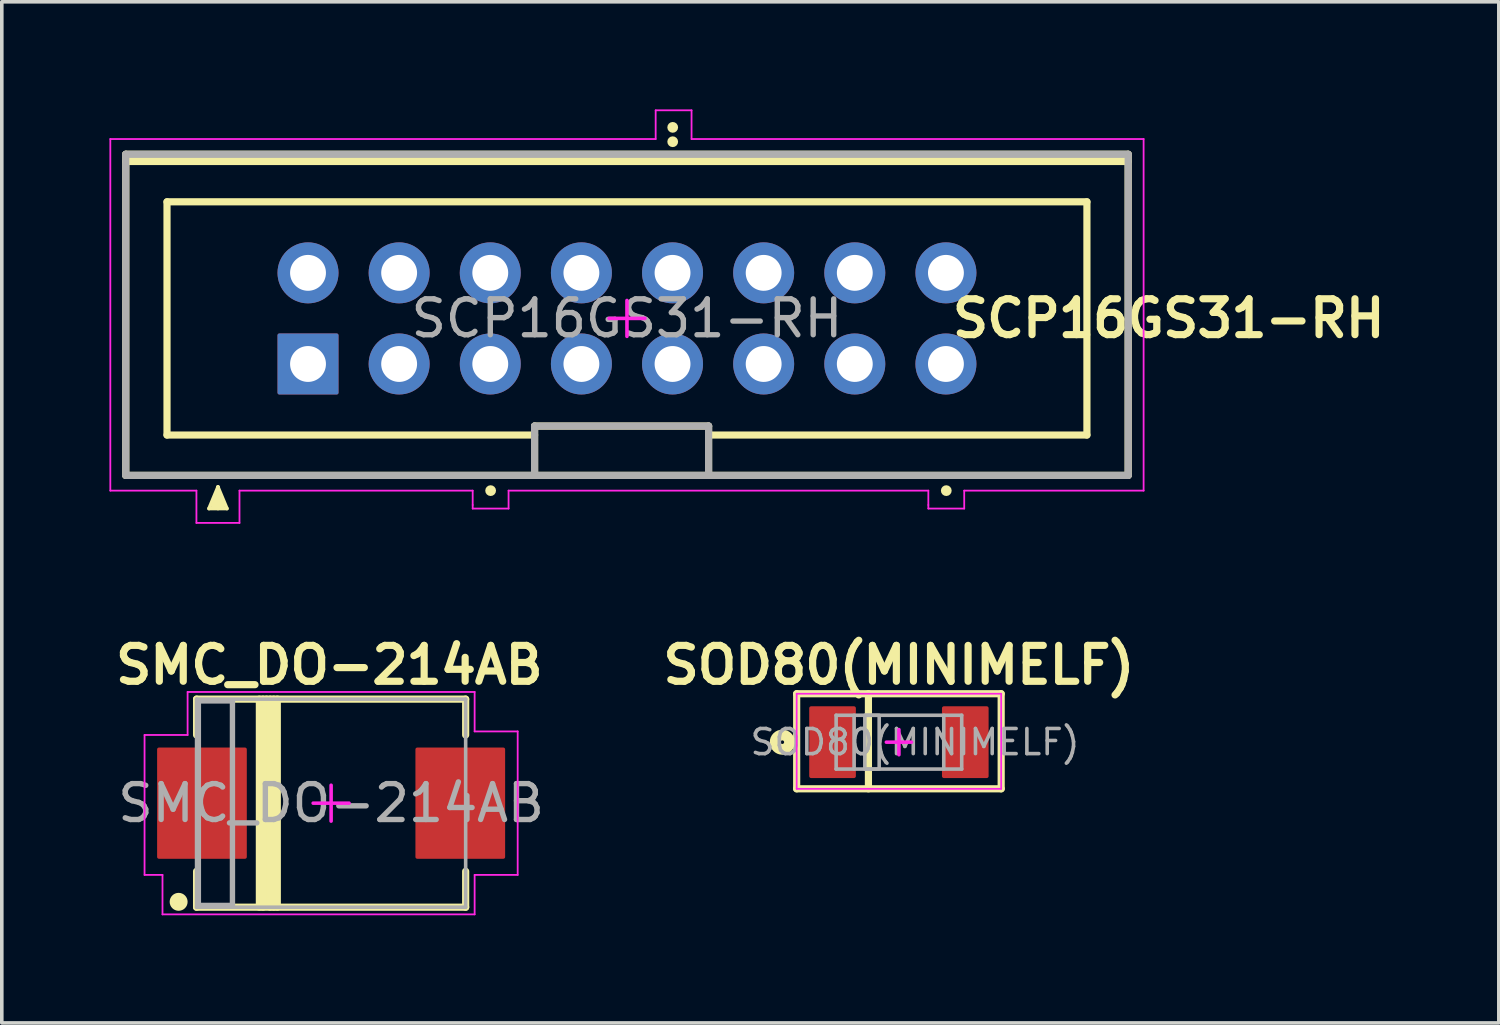
<source format=kicad_pcb>
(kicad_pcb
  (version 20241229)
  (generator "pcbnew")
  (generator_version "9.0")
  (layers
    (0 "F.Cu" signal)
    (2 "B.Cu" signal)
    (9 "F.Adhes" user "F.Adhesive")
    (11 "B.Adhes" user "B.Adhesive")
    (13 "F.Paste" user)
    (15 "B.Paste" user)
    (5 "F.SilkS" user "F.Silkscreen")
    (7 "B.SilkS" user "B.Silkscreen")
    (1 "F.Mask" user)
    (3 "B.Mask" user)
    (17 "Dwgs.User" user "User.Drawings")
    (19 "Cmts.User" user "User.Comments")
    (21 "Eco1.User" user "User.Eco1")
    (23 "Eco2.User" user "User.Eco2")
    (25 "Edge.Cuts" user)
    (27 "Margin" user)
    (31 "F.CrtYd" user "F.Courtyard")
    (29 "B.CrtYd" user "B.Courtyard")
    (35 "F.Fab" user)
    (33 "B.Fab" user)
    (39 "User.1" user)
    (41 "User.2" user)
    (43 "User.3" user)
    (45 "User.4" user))
  (footprint "SMC_DO-214AB"
    (layer "F.Cu")
    (at 6.179 19.336)
    (property "Reference" "SMC_DO-214AB" (at -0.05 -3.85 0) (layer "F.SilkS") (effects (font (size 1 1) (thickness 0.2))))
    (attr through_hole)
    (fp_line (start -3.75 -2.9) (end 3.75 -2.9) (stroke (width 0.2) (type solid)) (layer "F.SilkS"))
    (fp_line (start -3.75 -1.9) (end -3.75 -2.9) (stroke (width 0.2) (type solid)) (layer "F.SilkS"))
    (fp_line (start -3.75 2.9) (end -3.75 1.9) (stroke (width 0.2) (type solid)) (layer "F.SilkS"))
    (fp_line (start -2 -2.9) (end -2 2.9) (stroke (width 0.2) (type solid)) (layer "F.SilkS"))
    (fp_line (start -1.9 2.9) (end -1.9 -2.9) (stroke (width 0.2) (type solid)) (layer "F.SilkS"))
    (fp_line (start -1.8 -2.9) (end -1.8 2.85) (stroke (width 0.2) (type solid)) (layer "F.SilkS"))
    (fp_line (start -1.7 2.9) (end -1.7 -2.9) (stroke (width 0.2) (type solid)) (layer "F.SilkS"))
    (fp_line (start -1.6 2.9) (end -1.6 -2.9) (stroke (width 0.2) (type solid)) (layer "F.SilkS"))
    (fp_line (start -1.5 -2.9) (end -1.5 2.9) (stroke (width 0.2) (type solid)) (layer "F.SilkS"))
    (fp_line (start 3.75 -2.9) (end 3.75 -1.9) (stroke (width 0.2) (type solid)) (layer "F.SilkS"))
    (fp_line (start 3.75 2.9) (end -3.75 2.9) (stroke (width 0.2) (type solid)) (layer "F.SilkS"))
    (fp_line (start 3.75 2.9) (end 3.75 1.9) (stroke (width 0.2) (type solid)) (layer "F.SilkS"))
    (fp_circle (center -4.25 2.75) (end -4.35 2.75) (stroke (width 0.2) (type solid)) (fill no) (layer "F.SilkS"))
    (fp_circle (center -4.25 2.75) (end -4.1 2.75) (stroke (width 0.2) (type solid)) (fill no) (layer "F.SilkS"))
    (fp_line (start -5.2 -1.9) (end -5.2 2) (stroke (width 0.05) (type solid)) (layer "F.CrtYd"))
    (fp_line (start -5.2 2) (end -4.7 2) (stroke (width 0.05) (type solid)) (layer "F.CrtYd"))
    (fp_line (start -4.7 2) (end -4.7 3.1) (stroke (width 0.05) (type solid)) (layer "F.CrtYd"))
    (fp_line (start -4.7 3.1) (end 4 3.1) (stroke (width 0.05) (type solid)) (layer "F.CrtYd"))
    (fp_line (start -4 -3.1) (end -4 -1.9) (stroke (width 0.05) (type solid)) (layer "F.CrtYd"))
    (fp_line (start -4 -1.9) (end -5.2 -1.9) (stroke (width 0.05) (type solid)) (layer "F.CrtYd"))
    (fp_line (start -0.5 0) (end 0.5 0) (stroke (width 0.1) (type solid)) (layer "F.CrtYd"))
    (fp_line (start 0 -0.5) (end 0 0.5) (stroke (width 0.1) (type solid)) (layer "F.CrtYd"))
    (fp_line (start 4 -3.1) (end -4 -3.1) (stroke (width 0.05) (type solid)) (layer "F.CrtYd"))
    (fp_line (start 4 -2) (end 4 -3.1) (stroke (width 0.05) (type solid)) (layer "F.CrtYd"))
    (fp_line (start 4 2) (end 5.2 2) (stroke (width 0.05) (type solid)) (layer "F.CrtYd"))
    (fp_line (start 4 3.1) (end 4 2) (stroke (width 0.05) (type solid)) (layer "F.CrtYd"))
    (fp_line (start 5.2 -2) (end 4 -2) (stroke (width 0.05) (type solid)) (layer "F.CrtYd"))
    (fp_line (start 5.2 2) (end 5.2 -2) (stroke (width 0.05) (type solid)) (layer "F.CrtYd"))
    (fp_line (start -3.75 -2.9) (end -3.75 2.9) (stroke (width 0.05) (type solid)) (layer "F.Fab"))
    (fp_line (start -3.75 2.9) (end -3.75 -2.9) (stroke (width 0.1) (type solid)) (layer "F.Fab"))
    (fp_line (start -2.75 -2.9) (end -2.75 2.9) (stroke (width 0.05) (type solid)) (layer "F.Fab"))
    (fp_line (start 3.75 -2.9) (end -3.75 -2.9) (stroke (width 0.1) (type solid)) (layer "F.Fab"))
    (fp_line (start 3.75 2.9) (end -3.75 2.9) (stroke (width 0.1) (type solid)) (layer "F.Fab"))
    (fp_line (start 3.75 2.9) (end 3.75 -2.9) (stroke (width 0.1) (type solid)) (layer "F.Fab"))
    (fp_poly (pts (xy -3.7 -2.85) (xy -2.75 -2.85) (xy -2.75 2.85) (xy -3.7 2.85)) (stroke (width 0.15) (type solid)) (fill no) (layer "F.Fab"))
    (fp_text user "${REFERENCE}" (at 0 0 0) (layer "F.Fab") (effects (font (size 1 1) (thickness 0.15))))
    (pad "A" smd roundrect (at 3.6 0) (size 2.5 3.1) (layers "F.Cu" "F.Mask" "F.Paste") (roundrect_rratio 0.02))
    (pad "K" smd roundrect (at -3.6 0) (size 2.5 3.1) (layers "F.Cu" "F.Mask" "F.Paste") (roundrect_rratio 0.02)))
  (footprint "SCP16GS31-RH"
    (layer "F.Cu")
    (at 14.425 5.825)
    (property "Reference" "SCP16GS31-RH" (at 15.1 0 0) (layer "F.SilkS") (effects (font (size 1 1) (thickness 0.2))))
    (attr through_hole)
    (fp_line (start -13.97 -4.575) (end -13.97 4.375) (stroke (width 0.2) (type solid)) (layer "F.SilkS"))
    (fp_line (start -12.82 -3.25) (end -12.82 3.25) (stroke (width 0.2) (type solid)) (layer "F.SilkS"))
    (fp_line (start -12.82 -3.25) (end 12.82 -3.25) (stroke (width 0.2) (type solid)) (layer "F.SilkS"))
    (fp_line (start -11.65 5.3) (end -11.15 5.3) (stroke (width 0.1) (type solid)) (layer "F.SilkS"))
    (fp_line (start -11.5 5.2) (end -11.4 5) (stroke (width 0.2) (type solid)) (layer "F.SilkS"))
    (fp_line (start -11.4 4.7) (end -11.65 5.3) (stroke (width 0.1) (type solid)) (layer "F.SilkS"))
    (fp_line (start -11.4 4.7) (end -11.4 5) (stroke (width 0.1) (type solid)) (layer "F.SilkS"))
    (fp_line (start -11.4 4.7) (end -11.15 5.3) (stroke (width 0.1) (type solid)) (layer "F.SilkS"))
    (fp_line (start -11.4 5) (end -11.3 5.2) (stroke (width 0.2) (type solid)) (layer "F.SilkS"))
    (fp_line (start -11.4 5.3) (end -11.4 4.7) (stroke (width 0.1) (type solid)) (layer "F.SilkS"))
    (fp_line (start -2.575 3) (end -2.575 4.375) (stroke (width 0.2) (type solid)) (layer "F.SilkS"))
    (fp_line (start -2.575 3.25) (end -12.82 3.25) (stroke (width 0.2) (type solid)) (layer "F.SilkS"))
    (fp_line (start 2.275 3) (end -2.575 3) (stroke (width 0.2) (type solid)) (layer "F.SilkS"))
    (fp_line (start 2.275 3) (end 2.275 4.375) (stroke (width 0.2) (type solid)) (layer "F.SilkS"))
    (fp_line (start 12.82 -3.25) (end 12.82 3.25) (stroke (width 0.2) (type solid)) (layer "F.SilkS"))
    (fp_line (start 12.82 3.25) (end 2.275 3.25) (stroke (width 0.2) (type solid)) (layer "F.SilkS"))
    (fp_line (start 13.97 -4.575) (end -13.97 -4.575) (stroke (width 0.2) (type solid)) (layer "F.SilkS"))
    (fp_line (start 13.97 -4.375) (end -13.97 -4.375) (stroke (width 0.2) (type solid)) (layer "F.SilkS"))
    (fp_line (start 13.97 4.375) (end -13.97 4.375) (stroke (width 0.2) (type solid)) (layer "F.SilkS"))
    (fp_line (start 13.97 4.375) (end 13.97 -4.575) (stroke (width 0.2) (type solid)) (layer "F.SilkS"))
    (fp_circle (center -3.8 4.8) (end -3.725 4.8) (stroke (width 0.15) (type solid)) (fill no) (layer "F.SilkS"))
    (fp_circle (center 1.275 -5.325) (end 1.35 -5.325) (stroke (width 0.15) (type solid)) (fill no) (layer "F.SilkS"))
    (fp_circle (center 1.275 -4.925) (end 1.35 -4.925) (stroke (width 0.15) (type solid)) (fill no) (layer "F.SilkS"))
    (fp_circle (center 8.9 4.8) (end 8.975 4.8) (stroke (width 0.15) (type solid)) (fill no) (layer "F.SilkS"))
    (fp_line (start -14.4 4.8) (end -14.4 -5) (stroke (width 0.05) (type solid)) (layer "F.CrtYd"))
    (fp_line (start -14.4 4.8) (end -12 4.8) (stroke (width 0.05) (type solid)) (layer "F.CrtYd"))
    (fp_line (start -12 4.8) (end -12 5.7) (stroke (width 0.05) (type solid)) (layer "F.CrtYd"))
    (fp_line (start -12 5.7) (end -10.8 5.7) (stroke (width 0.05) (type solid)) (layer "F.CrtYd"))
    (fp_line (start -10.8 4.8) (end -4.3 4.8) (stroke (width 0.05) (type solid)) (layer "F.CrtYd"))
    (fp_line (start -10.8 5.7) (end -10.8 4.8) (stroke (width 0.05) (type solid)) (layer "F.CrtYd"))
    (fp_line (start -4.3 4.8) (end -4.3 5.2) (stroke (width 0.05) (type solid)) (layer "F.CrtYd"))
    (fp_line (start -4.3 5.2) (end -4.3 5.3) (stroke (width 0.05) (type solid)) (layer "F.CrtYd"))
    (fp_line (start -4.3 5.3) (end -3.3 5.3) (stroke (width 0.05) (type solid)) (layer "F.CrtYd"))
    (fp_line (start -3.3 4.8) (end 8.4 4.8) (stroke (width 0.05) (type solid)) (layer "F.CrtYd"))
    (fp_line (start -3.3 5.3) (end -3.3 4.8) (stroke (width 0.05) (type solid)) (layer "F.CrtYd"))
    (fp_line (start -0.5 0) (end 0.5 0) (stroke (width 0.1) (type solid)) (layer "F.CrtYd"))
    (fp_line (start 0 -0.5) (end 0 0.5) (stroke (width 0.1) (type solid)) (layer "F.CrtYd"))
    (fp_line (start 0.8 -5.8) (end 0.8 -5) (stroke (width 0.05) (type solid)) (layer "F.CrtYd"))
    (fp_line (start 0.8 -5) (end -14.4 -5) (stroke (width 0.05) (type solid)) (layer "F.CrtYd"))
    (fp_line (start 1.8 -5.8) (end 0.8 -5.8) (stroke (width 0.05) (type solid)) (layer "F.CrtYd"))
    (fp_line (start 1.8 -5) (end 1.8 -5.8) (stroke (width 0.05) (type solid)) (layer "F.CrtYd"))
    (fp_line (start 8.4 4.8) (end 8.4 5.2) (stroke (width 0.05) (type solid)) (layer "F.CrtYd"))
    (fp_line (start 8.4 5.2) (end 8.4 5.3) (stroke (width 0.05) (type solid)) (layer "F.CrtYd"))
    (fp_line (start 8.4 5.3) (end 9.4 5.3) (stroke (width 0.05) (type solid)) (layer "F.CrtYd"))
    (fp_line (start 9.4 4.8) (end 14.4 4.8) (stroke (width 0.05) (type solid)) (layer "F.CrtYd"))
    (fp_line (start 9.4 5.3) (end 9.4 4.8) (stroke (width 0.05) (type solid)) (layer "F.CrtYd"))
    (fp_line (start 14.4 -5) (end 1.8 -5) (stroke (width 0.05) (type solid)) (layer "F.CrtYd"))
    (fp_line (start 14.4 4.8) (end 14.4 -5) (stroke (width 0.05) (type solid)) (layer "F.CrtYd"))
    (fp_line (start -13.97 -4.575) (end -13.97 4.375) (stroke (width 0.2) (type solid)) (layer "F.Fab"))
    (fp_line (start -2.575 3) (end -2.575 4.375) (stroke (width 0.2) (type solid)) (layer "F.Fab"))
    (fp_line (start 2.275 3) (end -2.575 3) (stroke (width 0.2) (type solid)) (layer "F.Fab"))
    (fp_line (start 2.275 3) (end 2.275 4.375) (stroke (width 0.2) (type solid)) (layer "F.Fab"))
    (fp_line (start 13.97 -4.575) (end -13.97 -4.575) (stroke (width 0.2) (type solid)) (layer "F.Fab"))
    (fp_line (start 13.97 4.375) (end -13.97 4.375) (stroke (width 0.2) (type solid)) (layer "F.Fab"))
    (fp_line (start 13.97 4.375) (end 13.97 -4.575) (stroke (width 0.2) (type solid)) (layer "F.Fab"))
    (fp_text user "${REFERENCE}" (at 0 0 0) (layer "F.Fab") (effects (font (size 1 1) (thickness 0.15))))
    (pad "1" thru_hole roundrect (at -8.89 1.27) (size 1.7 1.7) (drill 1) (layers "*.Cu" "*.Mask") (roundrect_rratio 0.029))
    (pad "2" thru_hole circle (at -8.89 -1.27) (size 1.7 1.7) (drill 1) (layers "*.Cu" "*.Mask"))
    (pad "3" thru_hole circle (at -6.35 1.27) (size 1.7 1.7) (drill 1) (layers "*.Cu" "*.Mask"))
    (pad "4" thru_hole circle (at -6.35 -1.27) (size 1.7 1.7) (drill 1) (layers "*.Cu" "*.Mask"))
    (pad "5" thru_hole circle (at -3.81 1.27) (size 1.7 1.7) (drill 1) (layers "*.Cu" "*.Mask"))
    (pad "6" thru_hole circle (at -3.81 -1.27) (size 1.7 1.7) (drill 1) (layers "*.Cu" "*.Mask"))
    (pad "7" thru_hole circle (at -1.27 1.27) (size 1.7 1.7) (drill 1) (layers "*.Cu" "*.Mask"))
    (pad "8" thru_hole circle (at -1.27 -1.27) (size 1.7 1.7) (drill 1) (layers "*.Cu" "*.Mask"))
    (pad "9" thru_hole circle (at 1.27 1.27) (size 1.7 1.7) (drill 1) (layers "*.Cu" "*.Mask"))
    (pad "10" thru_hole circle (at 1.27 -1.27) (size 1.7 1.7) (drill 1) (layers "*.Cu" "*.Mask"))
    (pad "11" thru_hole circle (at 3.81 1.27) (size 1.7 1.7) (drill 1) (layers "*.Cu" "*.Mask"))
    (pad "12" thru_hole circle (at 3.81 -1.27) (size 1.7 1.7) (drill 1) (layers "*.Cu" "*.Mask"))
    (pad "13" thru_hole circle (at 6.35 1.27) (size 1.7 1.7) (drill 1) (layers "*.Cu" "*.Mask"))
    (pad "14" thru_hole circle (at 6.35 -1.27) (size 1.7 1.7) (drill 1) (layers "*.Cu" "*.Mask"))
    (pad "15" thru_hole circle (at 8.89 1.27) (size 1.7 1.7) (drill 1) (layers "*.Cu" "*.Mask"))
    (pad "16" thru_hole circle (at 8.89 -1.27) (size 1.7 1.7) (drill 1) (layers "*.Cu" "*.Mask")))
  (footprint "SOD80(MINIMELF)"
    (layer "F.Cu")
    (at 22.005 17.636)
    (property "Reference" "SOD80(MINIMELF)" (at 0 -2.15 0) (layer "F.SilkS") (effects (font (size 1 1) (thickness 0.2))))
    (attr through_hole)
    (fp_line (start -2.85 -1.35) (end -2.85 1.3) (stroke (width 0.2) (type solid)) (layer "F.SilkS"))
    (fp_line (start -2.85 -1.35) (end 2.85 -1.35) (stroke (width 0.2) (type solid)) (layer "F.SilkS"))
    (fp_line (start -2.85 1.3) (end 2.85 1.3) (stroke (width 0.2) (type solid)) (layer "F.SilkS"))
    (fp_line (start -0.85 -1.35) (end -0.85 1.3) (stroke (width 0.2) (type solid)) (layer "F.SilkS"))
    (fp_line (start 2.85 -1.35) (end 2.85 1.3) (stroke (width 0.2) (type solid)) (layer "F.SilkS"))
    (fp_circle (center -3.25 0) (end -3.2 0) (stroke (width 0.3) (type solid)) (fill no) (layer "F.SilkS"))
    (fp_line (start -2.85 -1.35) (end 2.85 -1.35) (stroke (width 0.05) (type solid)) (layer "F.CrtYd"))
    (fp_line (start -2.85 1.3) (end -2.85 -1.35) (stroke (width 0.05) (type solid)) (layer "F.CrtYd"))
    (fp_line (start -0.35 0) (end 0.35 0) (stroke (width 0.1) (type solid)) (layer "F.CrtYd"))
    (fp_line (start 0 -0.35) (end 0 0.35) (stroke (width 0.1) (type solid)) (layer "F.CrtYd"))
    (fp_line (start 2.85 -1.35) (end 2.85 1.3) (stroke (width 0.05) (type solid)) (layer "F.CrtYd"))
    (fp_line (start 2.85 1.3) (end -2.85 1.3) (stroke (width 0.05) (type solid)) (layer "F.CrtYd"))
    (fp_line (start -1.75 -0.75) (end -1.75 0.75) (stroke (width 0.1) (type solid)) (layer "F.Fab"))
    (fp_line (start -1.75 0.75) (end 1.75 0.75) (stroke (width 0.1) (type solid)) (layer "F.Fab"))
    (fp_line (start -1.25 0.75) (end -1.25 -0.75) (stroke (width 0.1) (type solid)) (layer "F.Fab"))
    (fp_line (start 1.25 0.75) (end 1.25 -0.75) (stroke (width 0.1) (type solid)) (layer "F.Fab"))
    (fp_line (start 1.75 -0.75) (end -1.75 -0.75) (stroke (width 0.1) (type solid)) (layer "F.Fab"))
    (fp_line (start 1.75 0.75) (end 1.75 -0.75) (stroke (width 0.1) (type solid)) (layer "F.Fab"))
    (fp_poly (pts (xy -0.95 -0.75) (xy -0.55 -0.75) (xy -0.55 0.75) (xy -0.95 0.75)) (stroke (width 0.1) (type solid)) (fill no) (layer "F.Fab"))
    (fp_text user "${REFERENCE}" (at 0.45 0 0) (layer "F.Fab") (effects (font (size 0.7 0.7) (thickness 0.1))))
    (pad "A" smd roundrect (at 1.85 0) (size 1.3 2) (layers "F.Cu" "F.Mask" "F.Paste") (roundrect_rratio 0.04))
    (pad "K" smd roundrect (at -1.85 0) (size 1.3 2) (layers "F.Cu" "F.Mask" "F.Paste") (roundrect_rratio 0.04)))
  (gr_rect
    (start -3 -3)
    (end 38.725 25.461)
    (stroke (width 0.1) (type default))
    (fill no)
    (layer "Edge.Cuts")))
</source>
